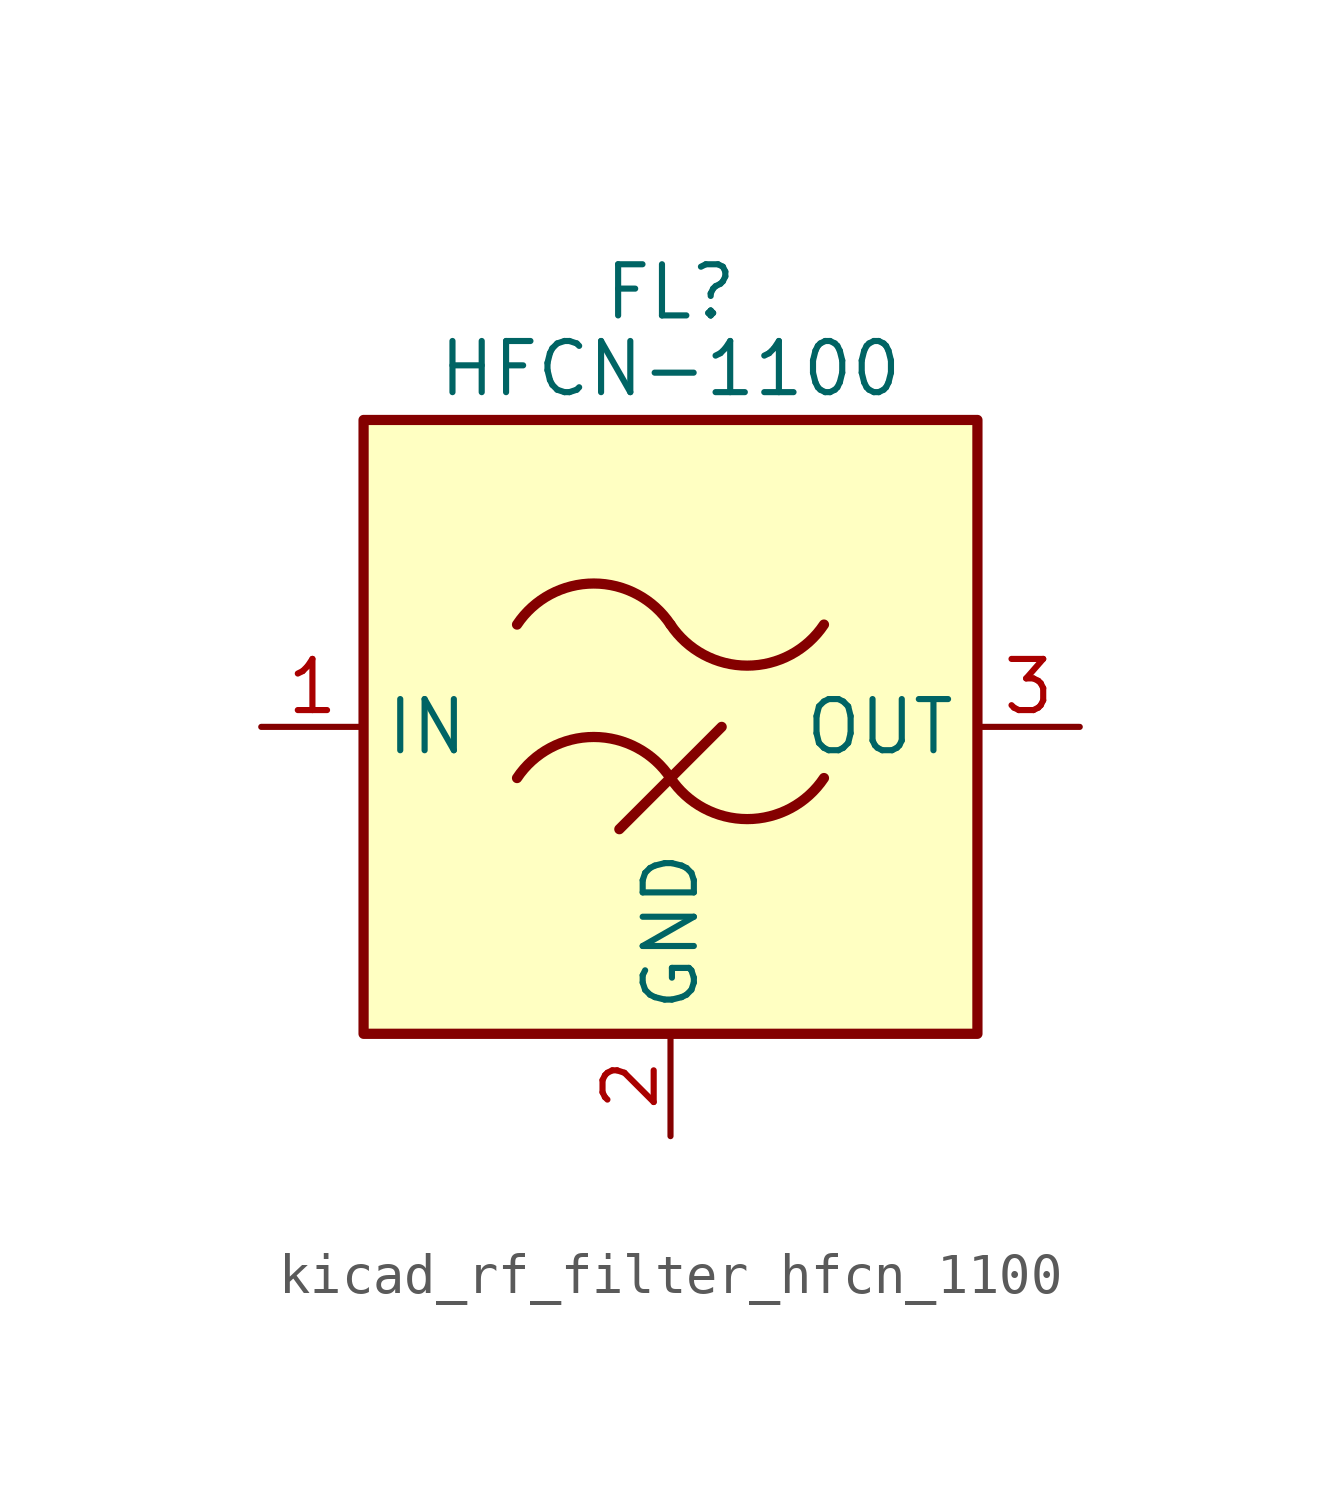
<source format=kicad_sym>
(kicad_symbol_lib
  (version 20220914)
  (generator kicad_symbol_editor)
  (symbol "kicad_rf_filter_hfcn_1100"
    (property "Reference" "FL"
      (at 0 10.795 0)
      (effects (font (size 1.27 1.27))))
    (property "Value" "HFCN-1100"
      (at 0 8.89 0)
      (effects (font (size 1.27 1.27))))
    (symbol "kicad_rf_filter_hfcn_1100_0_1"
      (rectangle (start -7.62 7.62) (end 7.62 -7.62) (stroke (width 0.254) (type default)) (fill (type background)))
      (arc (start 0 -1.27) (mid -1.905 -0.2505) (end -3.81 -1.27) (stroke (width 0.254) (type default)) (fill (type none)))
      (arc (start 0 -1.27) (mid 1.905 -2.2895) (end 3.81 -1.27) (stroke (width 0.254) (type default)) (fill (type none)))
      (polyline (pts (xy -1.27 -2.54) (xy 1.27 0)) (stroke (width 0.254) (type default)) (fill (type none)))
      (arc (start 0 2.54) (mid -1.905 3.5595) (end -3.81 2.54) (stroke (width 0.254) (type default)) (fill (type none)))
      (arc (start 0 2.54) (mid 1.905 1.5205) (end 3.81 2.54) (stroke (width 0.254) (type default)) (fill (type none))))
    (symbol "kicad_rf_filter_hfcn_1100_1_1"
      (pin passive line (at -10.16 0 0) (length 2.54) (name "IN" (effects (font (size 1.27 1.27)))) (number "1" (effects (font (size 1.27 1.27)))))
      (pin passive line (at 0 -10.16 90) (length 2.54) (name "GND" (effects (font (size 1.27 1.27)))) (number "2" (effects (font (size 1.27 1.27)))))
      (pin passive line (at 10.16 0 180) (length 2.54) (name "OUT" (effects (font (size 1.27 1.27)))) (number "3" (effects (font (size 1.27 1.27)))))
      (pin passive line (at 0 -10.16 90) (length 2.54) hide (name "GND" (effects (font (size 1.27 1.27)))) (number "4" (effects (font (size 1.27 1.27))))))))
</source>
